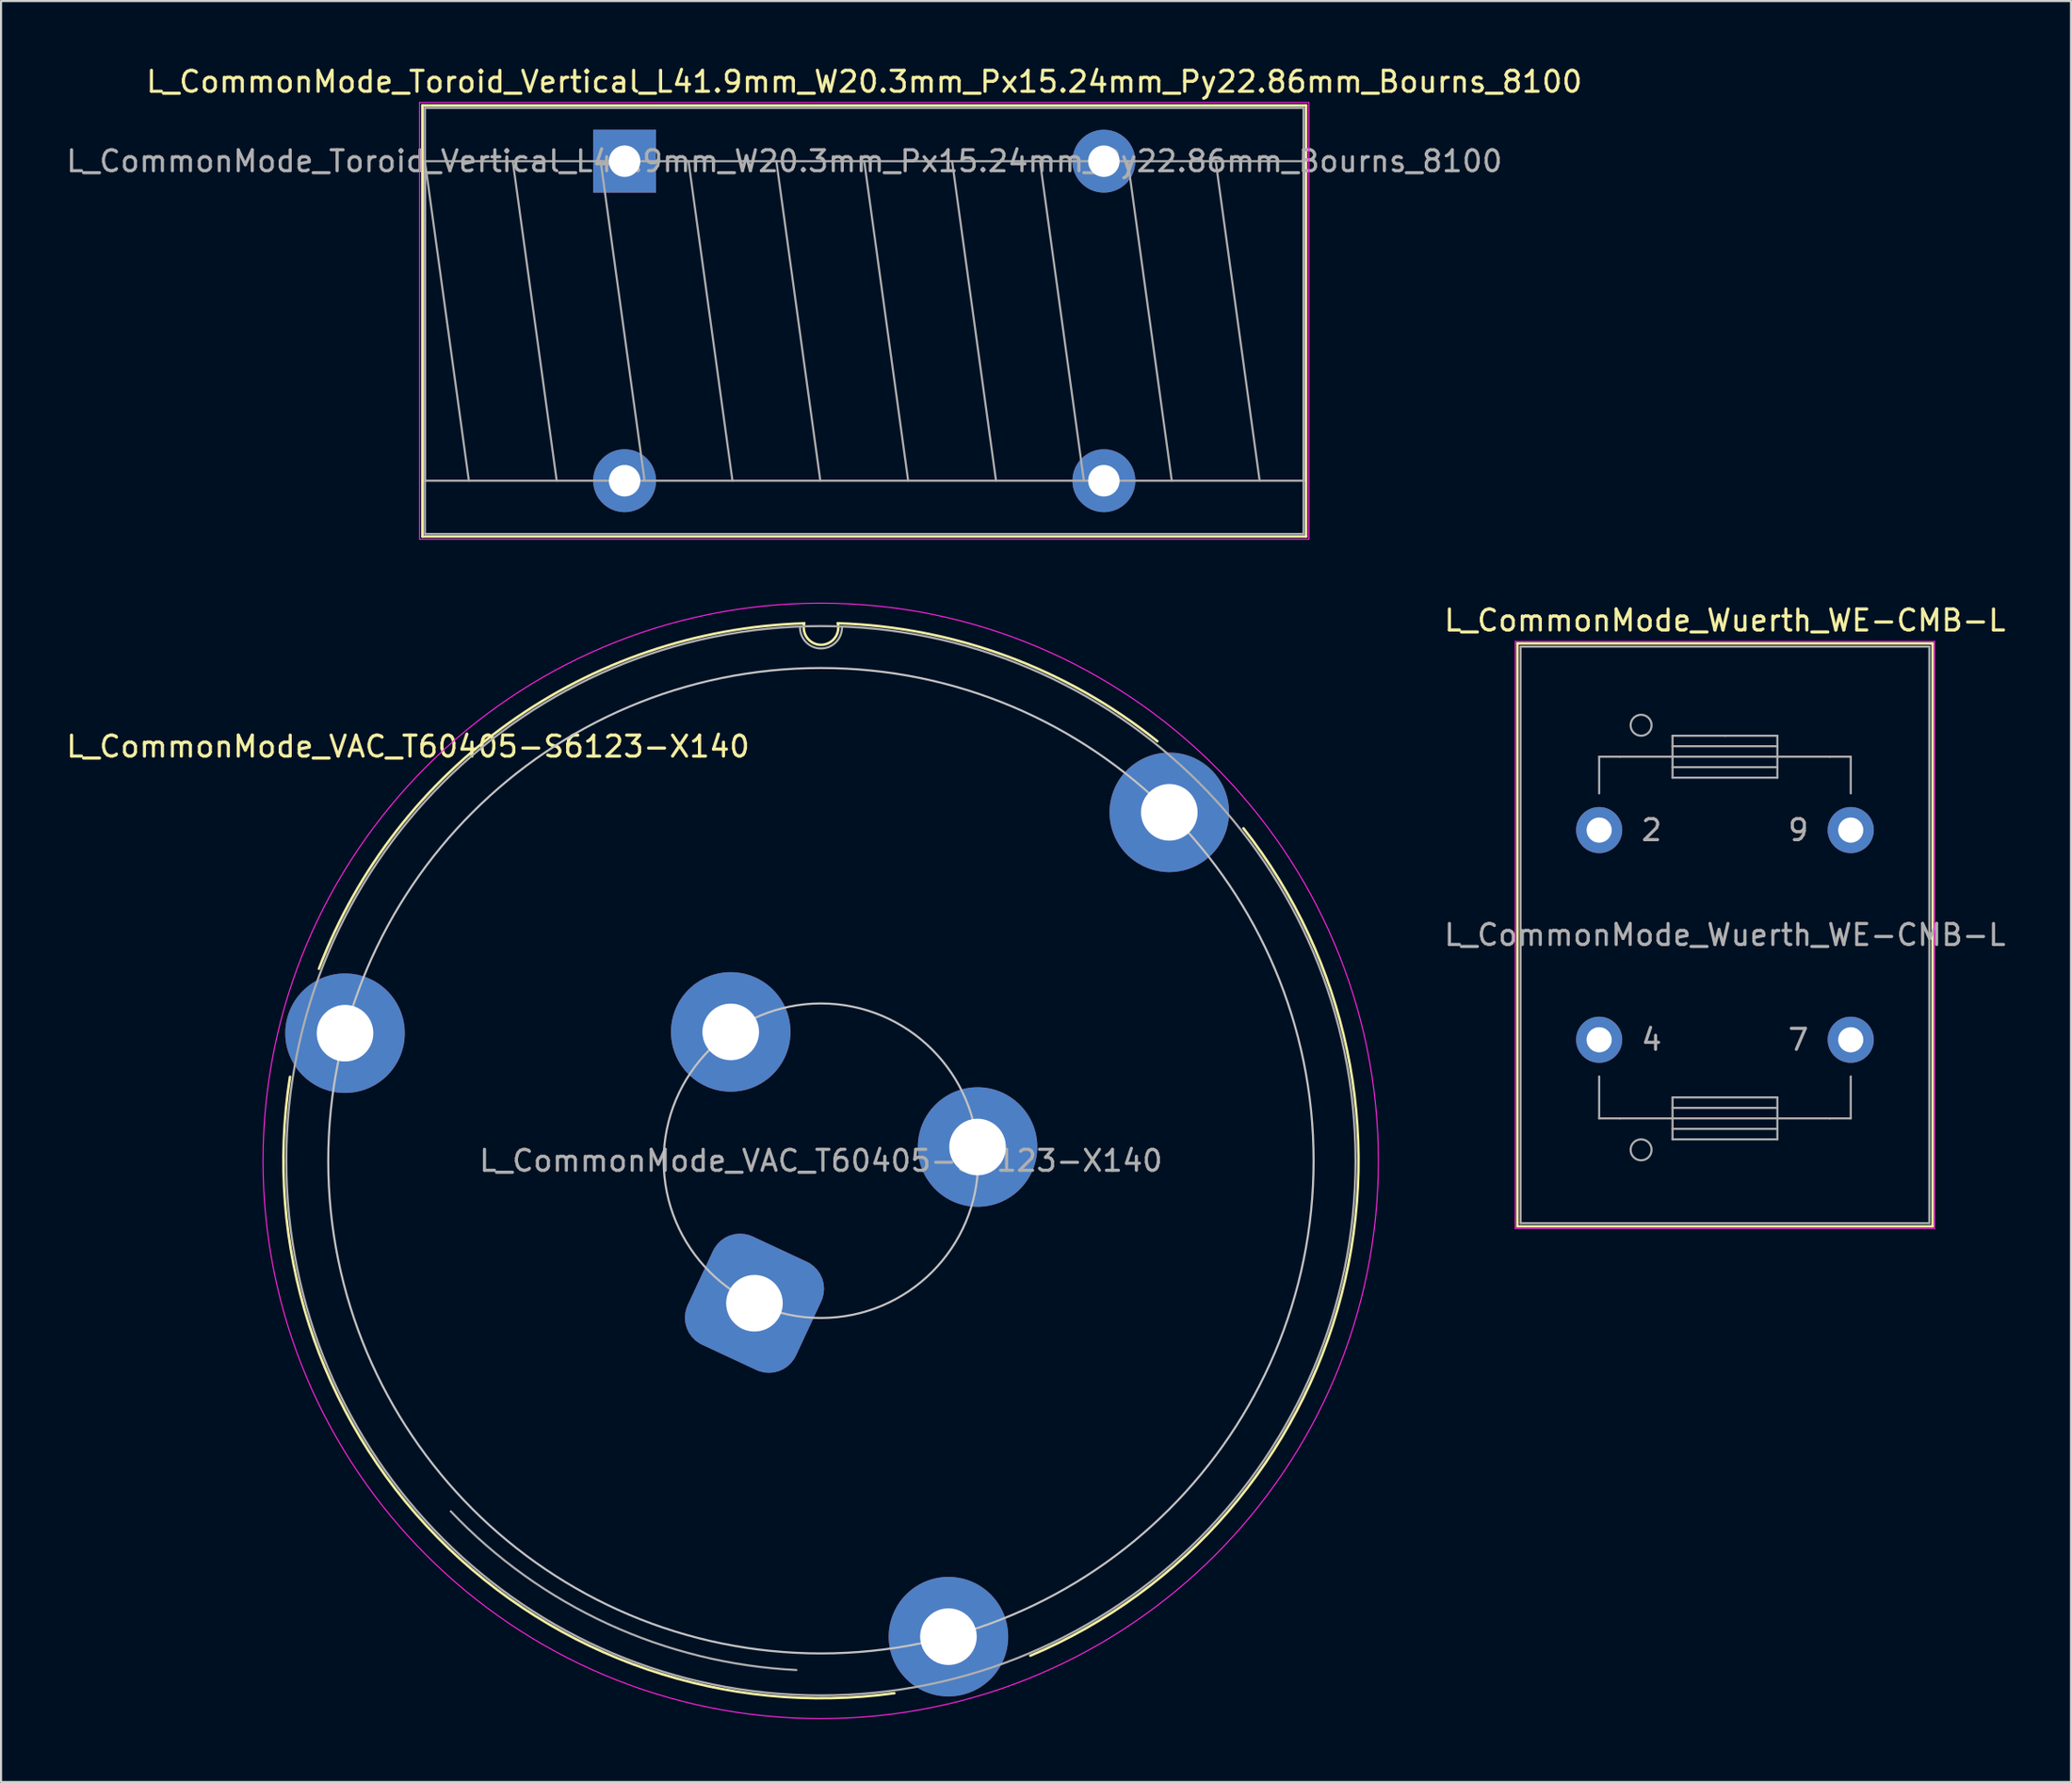
<source format=kicad_pcb>
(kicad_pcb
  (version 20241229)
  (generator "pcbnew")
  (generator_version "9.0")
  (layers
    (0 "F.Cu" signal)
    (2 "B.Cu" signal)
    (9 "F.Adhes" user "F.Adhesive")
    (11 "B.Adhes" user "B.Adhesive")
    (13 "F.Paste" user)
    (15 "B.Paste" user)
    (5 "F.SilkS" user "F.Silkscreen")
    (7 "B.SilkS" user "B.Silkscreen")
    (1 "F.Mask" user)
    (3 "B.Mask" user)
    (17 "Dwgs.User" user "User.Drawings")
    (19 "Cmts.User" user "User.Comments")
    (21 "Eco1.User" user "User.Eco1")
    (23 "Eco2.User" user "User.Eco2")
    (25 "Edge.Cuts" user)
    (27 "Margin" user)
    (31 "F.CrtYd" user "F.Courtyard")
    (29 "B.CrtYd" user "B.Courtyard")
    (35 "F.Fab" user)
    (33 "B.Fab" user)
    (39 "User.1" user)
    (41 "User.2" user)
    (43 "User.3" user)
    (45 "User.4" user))
  (footprint "L_CommonMode_VAC_T60405-S6123-X140"
    (layer "F.Cu")
    (at 32.937 59.108)
    (property "Reference" "L_CommonMode_VAC_T60405-S6123-X140" (at -16.526 -26.552 0) (layer "F.SilkS") (effects (font (size 1 1) (thickness 0.15))))
    (attr through_hole)
    (fp_arc (start -20.776007 -15.952412) (mid -11.692182 -27.690731) (end 2.374076 -32.428281) (stroke (width 0.12) (type solid)) (layer "F.SilkS"))
    (fp_arc (start 3.973992 -32.430985) (mid 3.173992 -31.402412) (end 2.373992 -32.430985) (stroke (width 0.12) (type solid)) (layer "F.SilkS"))
    (fp_arc (start 3.973992 -32.430985) (mid 12.052701 -30.857188) (end 19.216585 -26.804886) (stroke (width 0.12) (type solid)) (layer "F.SilkS"))
    (fp_arc (start 6.673992 18.597588) (mid -15.133842 11.149764) (end -22.155118 -10.799117) (stroke (width 0.12) (type solid)) (layer "F.SilkS"))
    (fp_arc (start 23.323992 -22.652412) (mid 28.000275 -0.407053) (end 13.158224 16.810296) (stroke (width 0.12) (type solid)) (layer "F.SilkS"))
    (fp_circle (center 3.17 -6.797) (end 10.67 -6.797) (stroke (width 0.1) (type solid)) (fill no) (layer "Dwgs.User"))
    (fp_circle (center 3.17 -6.797) (end 26.67 -6.797) (stroke (width 0.1) (type solid)) (fill no) (layer "Dwgs.User"))
    (fp_circle (center 3.16 -6.79) (end 29.76 -6.79) (stroke (width 0.05) (type solid)) (fill no) (layer "F.CrtYd"))
    (fp_arc (start 1.999637 17.492691) (mid -6.974268 15.302881) (end -14.48457 9.925001) (stroke (width 0.1) (type default)) (layer "F.Fab"))
    (fp_arc (start 4.173992 -32.230985) (mid 3.173992 -31.230985) (end 2.173992 -32.230985) (stroke (width 0.1) (type solid)) (layer "F.Fab"))
    (fp_circle (center 3.17 -6.797) (end 28.67 -6.797) (stroke (width 0.1) (type solid)) (fill no) (layer "F.Fab"))
    (fp_text user "${REFERENCE}" (at 3.17 -6.797 0) (layer "F.Fab") (effects (font (size 1 1) (thickness 0.15))))
    (pad "1" thru_hole roundrect (at 0 0 335) (size 5.7 5.7) (drill 2.7) (layers "*.Cu" "*.Mask") (roundrect_rratio 0.25))
    (pad "2" thru_hole circle (at -19.53 -12.88) (size 5.7 5.7) (drill 2.7) (layers "*.Cu" "*.Mask"))
    (pad "3" thru_hole circle (at -1.132 -12.941 250) (size 5.7 5.7) (drill 2.7) (layers "*.Cu" "*.Mask"))
    (pad "4" thru_hole circle (at 19.787 -23.414) (size 5.7 5.7) (drill 2.7) (layers "*.Cu" "*.Mask"))
    (pad "5" thru_hole circle (at 10.641 -7.451) (size 5.7 5.7) (drill 2.7) (layers "*.Cu" "*.Mask"))
    (pad "6" thru_hole circle (at 9.252 15.902) (size 5.7 5.7) (drill 2.7) (layers "*.Cu" "*.Mask")))
  (footprint "L_CommonMode_Wuerth_WE-CMB-L"
    (layer "F.Cu")
    (at 73.228 36.541)
    (property "Reference" "L_CommonMode_Wuerth_WE-CMB-L" (at 6 -10 0) (layer "F.SilkS") (effects (font (size 1 1) (thickness 0.15))))
    (attr through_hole)
    (fp_line (start -3.9 18.9) (end -3.9 -8.9) (stroke (width 0.12) (type solid)) (layer "F.SilkS"))
    (fp_line (start -3.9 18.9) (end 15.9 18.9) (stroke (width 0.12) (type solid)) (layer "F.SilkS"))
    (fp_line (start 15.9 -8.9) (end -3.9 -8.9) (stroke (width 0.12) (type solid)) (layer "F.SilkS"))
    (fp_line (start 15.9 18.9) (end 15.9 -8.9) (stroke (width 0.12) (type solid)) (layer "F.SilkS"))
    (fp_line (start -4 -9) (end -4 19) (stroke (width 0.05) (type solid)) (layer "F.CrtYd"))
    (fp_line (start -4 19) (end 16 19) (stroke (width 0.05) (type solid)) (layer "F.CrtYd"))
    (fp_line (start 16 -9) (end -4 -9) (stroke (width 0.05) (type solid)) (layer "F.CrtYd"))
    (fp_line (start 16 19) (end 16 -9) (stroke (width 0.05) (type solid)) (layer "F.CrtYd"))
    (fp_line (start -3.75 -8.75) (end -3.75 18.75) (stroke (width 0.1) (type solid)) (layer "F.Fab"))
    (fp_line (start 0 -3.5) (end 0 -1.75) (stroke (width 0.1) (type solid)) (layer "F.Fab"))
    (fp_line (start 0 13.75) (end 0 11.75) (stroke (width 0.1) (type solid)) (layer "F.Fab"))
    (fp_line (start 1 -3.5) (end 0 -3.5) (stroke (width 0.1) (type solid)) (layer "F.Fab"))
    (fp_line (start 1 13.75) (end 0 13.75) (stroke (width 0.1) (type solid)) (layer "F.Fab"))
    (fp_line (start 1 13.75) (end 3.5 13.75) (stroke (width 0.1) (type solid)) (layer "F.Fab"))
    (fp_line (start 3.5 -4.5) (end 6 -4.5) (stroke (width 0.1) (type solid)) (layer "F.Fab"))
    (fp_line (start 3.5 -3.5) (end 1 -3.5) (stroke (width 0.1) (type solid)) (layer "F.Fab"))
    (fp_line (start 3.5 -3.5) (end 8.5 -3.5) (stroke (width 0.1) (type solid)) (layer "F.Fab"))
    (fp_line (start 3.5 -3) (end 8.5 -3) (stroke (width 0.1) (type solid)) (layer "F.Fab"))
    (fp_line (start 3.5 -2.5) (end 3.5 -4.5) (stroke (width 0.1) (type solid)) (layer "F.Fab"))
    (fp_line (start 3.5 12.75) (end 8.5 12.75) (stroke (width 0.1) (type solid)) (layer "F.Fab"))
    (fp_line (start 3.5 14.25) (end 8.5 14.25) (stroke (width 0.1) (type solid)) (layer "F.Fab"))
    (fp_line (start 3.5 14.75) (end 3.5 12.75) (stroke (width 0.1) (type solid)) (layer "F.Fab"))
    (fp_line (start 6 -4.5) (end 8.5 -4.5) (stroke (width 0.1) (type solid)) (layer "F.Fab"))
    (fp_line (start 8.5 -4.5) (end 8.5 -2.5) (stroke (width 0.1) (type solid)) (layer "F.Fab"))
    (fp_line (start 8.5 -4) (end 3.5 -4) (stroke (width 0.1) (type solid)) (layer "F.Fab"))
    (fp_line (start 8.5 -3.5) (end 11 -3.5) (stroke (width 0.1) (type solid)) (layer "F.Fab"))
    (fp_line (start 8.5 -2.5) (end 3.5 -2.5) (stroke (width 0.1) (type solid)) (layer "F.Fab"))
    (fp_line (start 8.5 12.75) (end 8.5 14.75) (stroke (width 0.1) (type solid)) (layer "F.Fab"))
    (fp_line (start 8.5 13.25) (end 3.5 13.25) (stroke (width 0.1) (type solid)) (layer "F.Fab"))
    (fp_line (start 8.5 13.75) (end 3.5 13.75) (stroke (width 0.1) (type solid)) (layer "F.Fab"))
    (fp_line (start 8.5 14.75) (end 3.5 14.75) (stroke (width 0.1) (type solid)) (layer "F.Fab"))
    (fp_line (start 11 -3.5) (end 12 -3.5) (stroke (width 0.1) (type solid)) (layer "F.Fab"))
    (fp_line (start 11 13.75) (end 8.5 13.75) (stroke (width 0.1) (type solid)) (layer "F.Fab"))
    (fp_line (start 11 13.75) (end 12 13.75) (stroke (width 0.1) (type solid)) (layer "F.Fab"))
    (fp_line (start 12 -3.5) (end 12 -1.75) (stroke (width 0.1) (type solid)) (layer "F.Fab"))
    (fp_line (start 12 13.75) (end 12 11.75) (stroke (width 0.1) (type solid)) (layer "F.Fab"))
    (fp_line (start 15.75 -8.75) (end -3.75 -8.75) (stroke (width 0.1) (type solid)) (layer "F.Fab"))
    (fp_line (start 15.75 -8.75) (end 15.75 18.75) (stroke (width 0.1) (type solid)) (layer "F.Fab"))
    (fp_line (start 15.75 18.75) (end -3.75 18.75) (stroke (width 0.1) (type solid)) (layer "F.Fab"))
    (fp_circle (center 2 -5) (end 2.5 -5) (stroke (width 0.1) (type solid)) (fill no) (layer "F.Fab"))
    (fp_circle (center 2 15.25) (end 2.5 15.25) (stroke (width 0.1) (type solid)) (fill no) (layer "F.Fab"))
    (fp_text user "4" (at 2.5 10 0) (layer "F.Fab") (effects (font (size 1 1) (thickness 0.15))))
    (fp_text user "7" (at 9.5 10 0) (layer "F.Fab") (effects (font (size 1 1) (thickness 0.15))))
    (fp_text user "${REFERENCE}" (at 6 5 0) (layer "F.Fab") (effects (font (size 1 1) (thickness 0.15))))
    (fp_text user "2" (at 2.5 0 0) (layer "F.Fab") (effects (font (size 1 1) (thickness 0.15))))
    (fp_text user "9" (at 9.5 0 0) (layer "F.Fab") (effects (font (size 1 1) (thickness 0.15))))
    (pad "2" thru_hole circle (at 0 0) (size 2.2 2.2) (drill 1.2) (layers "*.Cu" "*.Mask"))
    (pad "4" thru_hole circle (at 0 10) (size 2.2 2.2) (drill 1.2) (layers "*.Cu" "*.Mask"))
    (pad "7" thru_hole circle (at 12 10) (size 2.2 2.2) (drill 1.2) (layers "*.Cu" "*.Mask"))
    (pad "9" thru_hole circle (at 12 0) (size 2.2 2.2) (drill 1.2) (layers "*.Cu" "*.Mask")))
  (footprint "L_CommonMode_Toroid_Vertical_L41.9mm_W20.3mm_Px15.24mm_Py22.86mm_Bourns_8100"
    (layer "F.Cu")
    (at 26.743 4.638)
    (property "Reference" "L_CommonMode_Toroid_Vertical_L41.9mm_W20.3mm_Px15.24mm_Py22.86mm_Bourns_8100" (at 11.43 -3.79 0) (layer "F.SilkS") (effects (font (size 1 1) (thickness 0.15))))
    (attr through_hole)
    (fp_line (start -9.645 -2.66) (end -9.645 17.9) (stroke (width 0.12) (type solid)) (layer "F.SilkS"))
    (fp_line (start -9.645 -2.66) (end 32.505 -2.66) (stroke (width 0.12) (type solid)) (layer "F.SilkS"))
    (fp_line (start -9.645 17.9) (end 32.505 17.9) (stroke (width 0.12) (type solid)) (layer "F.SilkS"))
    (fp_line (start 32.505 -2.66) (end 32.505 17.9) (stroke (width 0.12) (type solid)) (layer "F.SilkS"))
    (fp_line (start -9.78 -2.8) (end -9.78 18.03) (stroke (width 0.05) (type solid)) (layer "F.CrtYd"))
    (fp_line (start -9.78 18.03) (end 32.64 18.03) (stroke (width 0.05) (type solid)) (layer "F.CrtYd"))
    (fp_line (start 32.64 -2.8) (end -9.78 -2.8) (stroke (width 0.05) (type solid)) (layer "F.CrtYd"))
    (fp_line (start 32.64 18.03) (end 32.64 -2.8) (stroke (width 0.05) (type solid)) (layer "F.CrtYd"))
    (fp_line (start -9.525 -2.54) (end -9.525 17.78) (stroke (width 0.1) (type solid)) (layer "F.Fab"))
    (fp_line (start -9.525 0) (end -9.525 15.24) (stroke (width 0.1) (type solid)) (layer "F.Fab"))
    (fp_line (start -9.525 0) (end -7.429 15.24) (stroke (width 0.1) (type solid)) (layer "F.Fab"))
    (fp_line (start -9.525 15.24) (end 32.385 15.24) (stroke (width 0.1) (type solid)) (layer "F.Fab"))
    (fp_line (start -9.525 17.78) (end 32.385 17.78) (stroke (width 0.1) (type solid)) (layer "F.Fab"))
    (fp_line (start -5.334 0) (end -3.239 15.24) (stroke (width 0.1) (type solid)) (layer "F.Fab"))
    (fp_line (start -1.143 0) (end 0.953 15.24) (stroke (width 0.1) (type solid)) (layer "F.Fab"))
    (fp_line (start 3.048 0) (end 5.144 15.24) (stroke (width 0.1) (type solid)) (layer "F.Fab"))
    (fp_line (start 7.239 0) (end 9.335 15.24) (stroke (width 0.1) (type solid)) (layer "F.Fab"))
    (fp_line (start 11.43 0) (end 13.525 15.24) (stroke (width 0.1) (type solid)) (layer "F.Fab"))
    (fp_line (start 15.621 0) (end 17.716 15.24) (stroke (width 0.1) (type solid)) (layer "F.Fab"))
    (fp_line (start 19.812 0) (end 21.907 15.24) (stroke (width 0.1) (type solid)) (layer "F.Fab"))
    (fp_line (start 24.003 0) (end 26.099 15.24) (stroke (width 0.1) (type solid)) (layer "F.Fab"))
    (fp_line (start 28.194 0) (end 30.29 15.24) (stroke (width 0.1) (type solid)) (layer "F.Fab"))
    (fp_line (start 32.385 -2.54) (end -9.525 -2.54) (stroke (width 0.1) (type solid)) (layer "F.Fab"))
    (fp_line (start 32.385 0) (end -9.525 0) (stroke (width 0.1) (type solid)) (layer "F.Fab"))
    (fp_line (start 32.385 15.24) (end 32.385 0) (stroke (width 0.1) (type solid)) (layer "F.Fab"))
    (fp_line (start 32.385 17.78) (end 32.385 -2.54) (stroke (width 0.1) (type solid)) (layer "F.Fab"))
    (fp_text user "${REFERENCE}" (at 7.62 0 0) (layer "F.Fab") (effects (font (size 1 1) (thickness 0.15))))
    (pad "1" thru_hole rect (at 0 0) (size 3 3) (drill 1.5) (layers "*.Cu" "*.Mask"))
    (pad "2" thru_hole circle (at 0 15.24) (size 3 3) (drill 1.5) (layers "*.Cu" "*.Mask"))
    (pad "3" thru_hole circle (at 22.86 15.24) (size 3 3) (drill 1.5) (layers "*.Cu" "*.Mask"))
    (pad "4" thru_hole circle (at 22.86 0) (size 3 3) (drill 1.5) (layers "*.Cu" "*.Mask")))
  (gr_rect
    (start -3 -3)
    (end 95.734 81.943)
    (stroke (width 0.1) (type default))
    (fill no)
    (layer "Edge.Cuts")))
</source>
